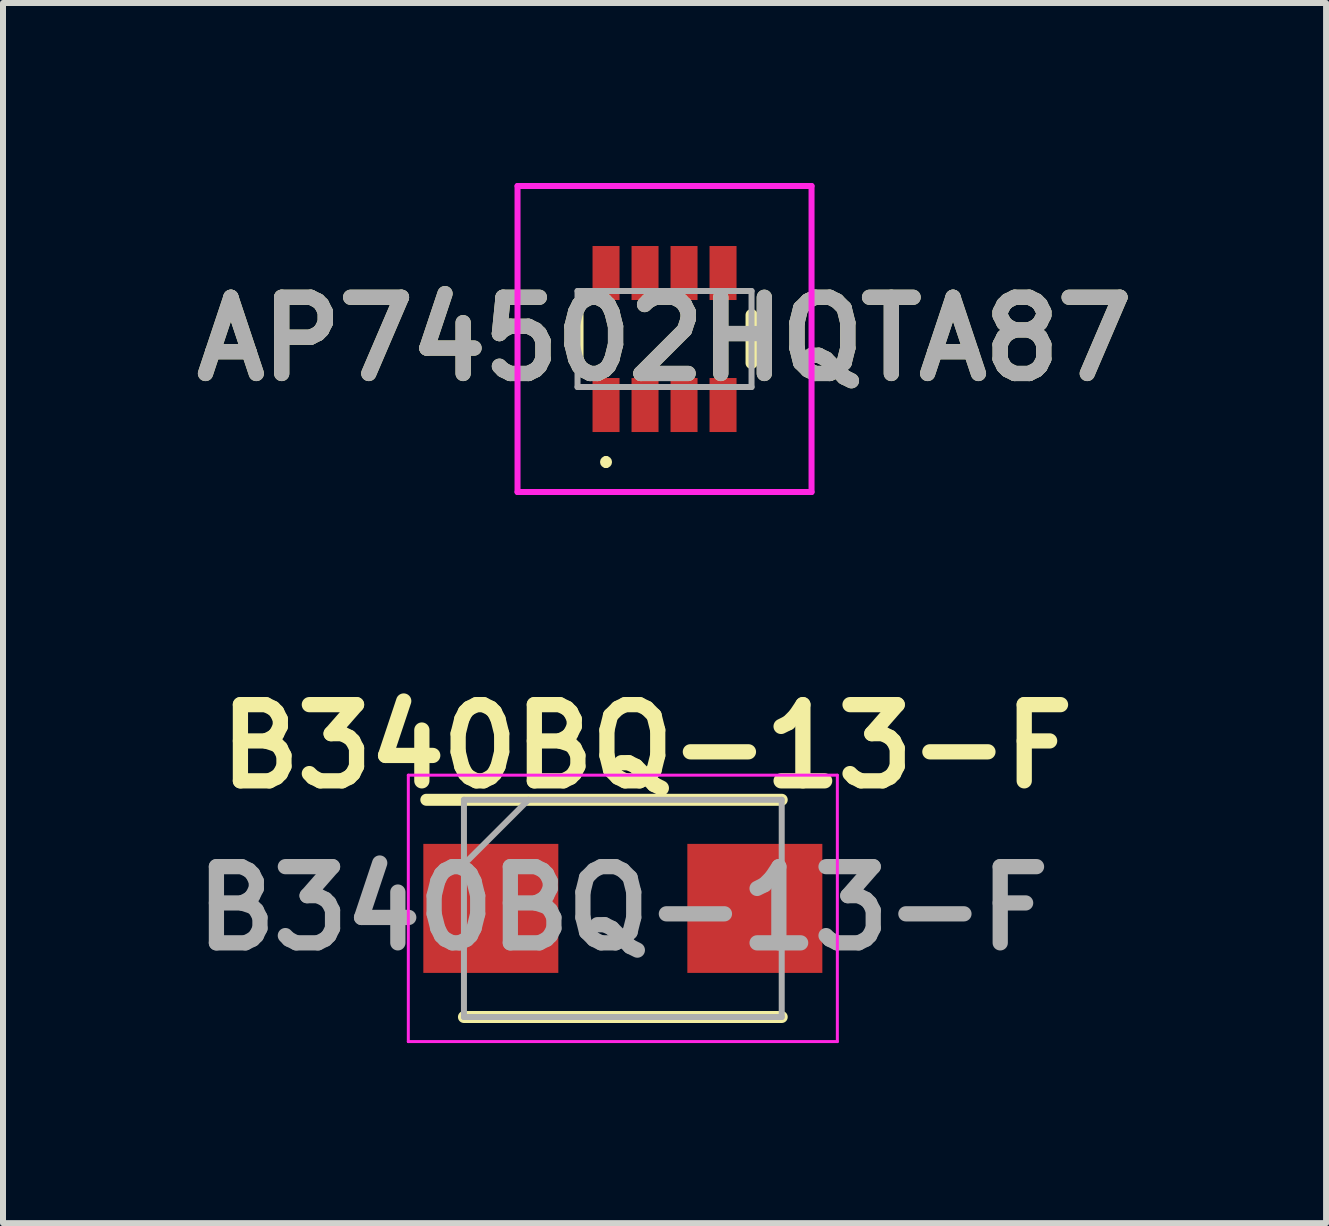
<source format=kicad_pcb>
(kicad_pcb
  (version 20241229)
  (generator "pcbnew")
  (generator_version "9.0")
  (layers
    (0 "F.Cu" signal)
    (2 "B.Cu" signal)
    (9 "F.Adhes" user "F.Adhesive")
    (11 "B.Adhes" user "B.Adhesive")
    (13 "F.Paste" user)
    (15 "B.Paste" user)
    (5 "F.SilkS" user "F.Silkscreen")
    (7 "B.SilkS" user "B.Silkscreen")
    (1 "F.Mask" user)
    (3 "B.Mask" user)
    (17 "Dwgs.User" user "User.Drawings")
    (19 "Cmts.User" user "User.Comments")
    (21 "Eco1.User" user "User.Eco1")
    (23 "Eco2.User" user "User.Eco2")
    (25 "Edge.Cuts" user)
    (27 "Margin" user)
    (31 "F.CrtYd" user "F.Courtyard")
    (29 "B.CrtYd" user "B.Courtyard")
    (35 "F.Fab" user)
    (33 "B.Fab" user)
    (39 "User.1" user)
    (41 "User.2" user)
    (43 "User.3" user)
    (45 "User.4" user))
  (footprint "AP74502HQTA87"
    (layer "F.Cu")
    (at 8.025 2.6)
    (property "Reference" "AP74502HQTA87" (at 0 0 0) (layer "F.SilkS") (effects (font (size 1.27 1.27) (thickness 0.254))))
    (attr smd)
    (fp_line (start -1.45 -0.4) (end -1.45 0.4) (stroke (width 0.2) (type solid)) (layer "F.SilkS"))
    (fp_line (start -0.975 2) (end -0.975 2) (stroke (width 0.1) (type solid)) (layer "F.SilkS"))
    (fp_line (start -0.975 2.1) (end -0.975 2.1) (stroke (width 0.1) (type solid)) (layer "F.SilkS"))
    (fp_line (start 1.45 -0.4) (end 1.45 0.4) (stroke (width 0.2) (type solid)) (layer "F.SilkS"))
    (fp_arc (start -0.975 2) (mid -0.925 2.05) (end -0.975 2.1) (stroke (width 0.1) (type solid)) (layer "F.SilkS"))
    (fp_arc (start -0.975 2.1) (mid -1.025 2.05) (end -0.975 2) (stroke (width 0.1) (type solid)) (layer "F.SilkS"))
    (fp_line (start -2.45 -2.55) (end 2.45 -2.55) (stroke (width 0.1) (type solid)) (layer "F.CrtYd"))
    (fp_line (start -2.45 2.55) (end -2.45 -2.55) (stroke (width 0.1) (type solid)) (layer "F.CrtYd"))
    (fp_line (start 2.45 -2.55) (end 2.45 2.55) (stroke (width 0.1) (type solid)) (layer "F.CrtYd"))
    (fp_line (start 2.45 2.55) (end -2.45 2.55) (stroke (width 0.1) (type solid)) (layer "F.CrtYd"))
    (fp_line (start -1.45 -0.8) (end 1.45 -0.8) (stroke (width 0.1) (type solid)) (layer "F.Fab"))
    (fp_line (start -1.45 0.8) (end -1.45 -0.8) (stroke (width 0.1) (type solid)) (layer "F.Fab"))
    (fp_line (start 1.45 -0.8) (end 1.45 0.8) (stroke (width 0.1) (type solid)) (layer "F.Fab"))
    (fp_line (start 1.45 0.8) (end -1.45 0.8) (stroke (width 0.1) (type solid)) (layer "F.Fab"))
    (fp_text user "${REFERENCE}" (at 0 0 0) (layer "F.Fab") (effects (font (size 1.27 1.27) (thickness 0.254))))
    (pad "1" smd rect (at -0.975 1.1) (size 0.45 0.9) (layers "F.Cu" "F.Mask" "F.Paste"))
    (pad "2" smd rect (at -0.325 1.1) (size 0.45 0.9) (layers "F.Cu" "F.Mask" "F.Paste"))
    (pad "3" smd rect (at 0.325 1.1) (size 0.45 0.9) (layers "F.Cu" "F.Mask" "F.Paste"))
    (pad "4" smd rect (at 0.975 1.1) (size 0.45 0.9) (layers "F.Cu" "F.Mask" "F.Paste"))
    (pad "5" smd rect (at 0.975 -1.1) (size 0.45 0.9) (layers "F.Cu" "F.Mask" "F.Paste"))
    (pad "6" smd rect (at 0.325 -1.1) (size 0.45 0.9) (layers "F.Cu" "F.Mask" "F.Paste"))
    (pad "7" smd rect (at -0.325 -1.1) (size 0.45 0.9) (layers "F.Cu" "F.Mask" "F.Paste"))
    (pad "8" smd rect (at -0.975 -1.1) (size 0.45 0.9) (layers "F.Cu" "F.Mask" "F.Paste")))
  (footprint "B340BQ-13-F"
    (layer "F.Cu")
    (at 7.33 12.089)
    (property "Reference" "B340BQ-13-F" (at 0.4 -2.7 0) (layer "F.SilkS") (effects (font (size 1.27 1.27) (thickness 0.254))))
    (attr smd)
    (fp_line (start -2.648 1.81) (end 2.648 1.81) (stroke (width 0.2) (type solid)) (layer "F.SilkS"))
    (fp_line (start 2.648 -1.81) (end -3.275 -1.81) (stroke (width 0.2) (type solid)) (layer "F.SilkS"))
    (fp_line (start -3.575 -2.22) (end 3.575 -2.22) (stroke (width 0.05) (type solid)) (layer "F.CrtYd"))
    (fp_line (start -3.575 2.22) (end -3.575 -2.22) (stroke (width 0.05) (type solid)) (layer "F.CrtYd"))
    (fp_line (start 3.575 -2.22) (end 3.575 2.22) (stroke (width 0.05) (type solid)) (layer "F.CrtYd"))
    (fp_line (start 3.575 2.22) (end -3.575 2.22) (stroke (width 0.05) (type solid)) (layer "F.CrtYd"))
    (fp_line (start -2.648 -1.81) (end 2.648 -1.81) (stroke (width 0.1) (type solid)) (layer "F.Fab"))
    (fp_line (start -2.648 -0.735) (end -1.572 -1.81) (stroke (width 0.1) (type solid)) (layer "F.Fab"))
    (fp_line (start -2.648 1.81) (end -2.648 -1.81) (stroke (width 0.1) (type solid)) (layer "F.Fab"))
    (fp_line (start 2.648 -1.81) (end 2.648 1.81) (stroke (width 0.1) (type solid)) (layer "F.Fab"))
    (fp_line (start 2.648 1.81) (end -2.648 1.81) (stroke (width 0.1) (type solid)) (layer "F.Fab"))
    (fp_text user "${REFERENCE}" (at 0 0 0) (layer "F.Fab") (effects (font (size 1.27 1.27) (thickness 0.254))))
    (pad "1" smd rect (at -2.2 0 90) (size 2.15 2.25) (layers "F.Cu" "F.Mask" "F.Paste"))
    (pad "2" smd rect (at 2.2 0 90) (size 2.15 2.25) (layers "F.Cu" "F.Mask" "F.Paste")))
  (gr_rect
    (start -3 -3)
    (end 19.05 17.334)
    (stroke (width 0.1) (type default))
    (fill no)
    (layer "Edge.Cuts")))
</source>
